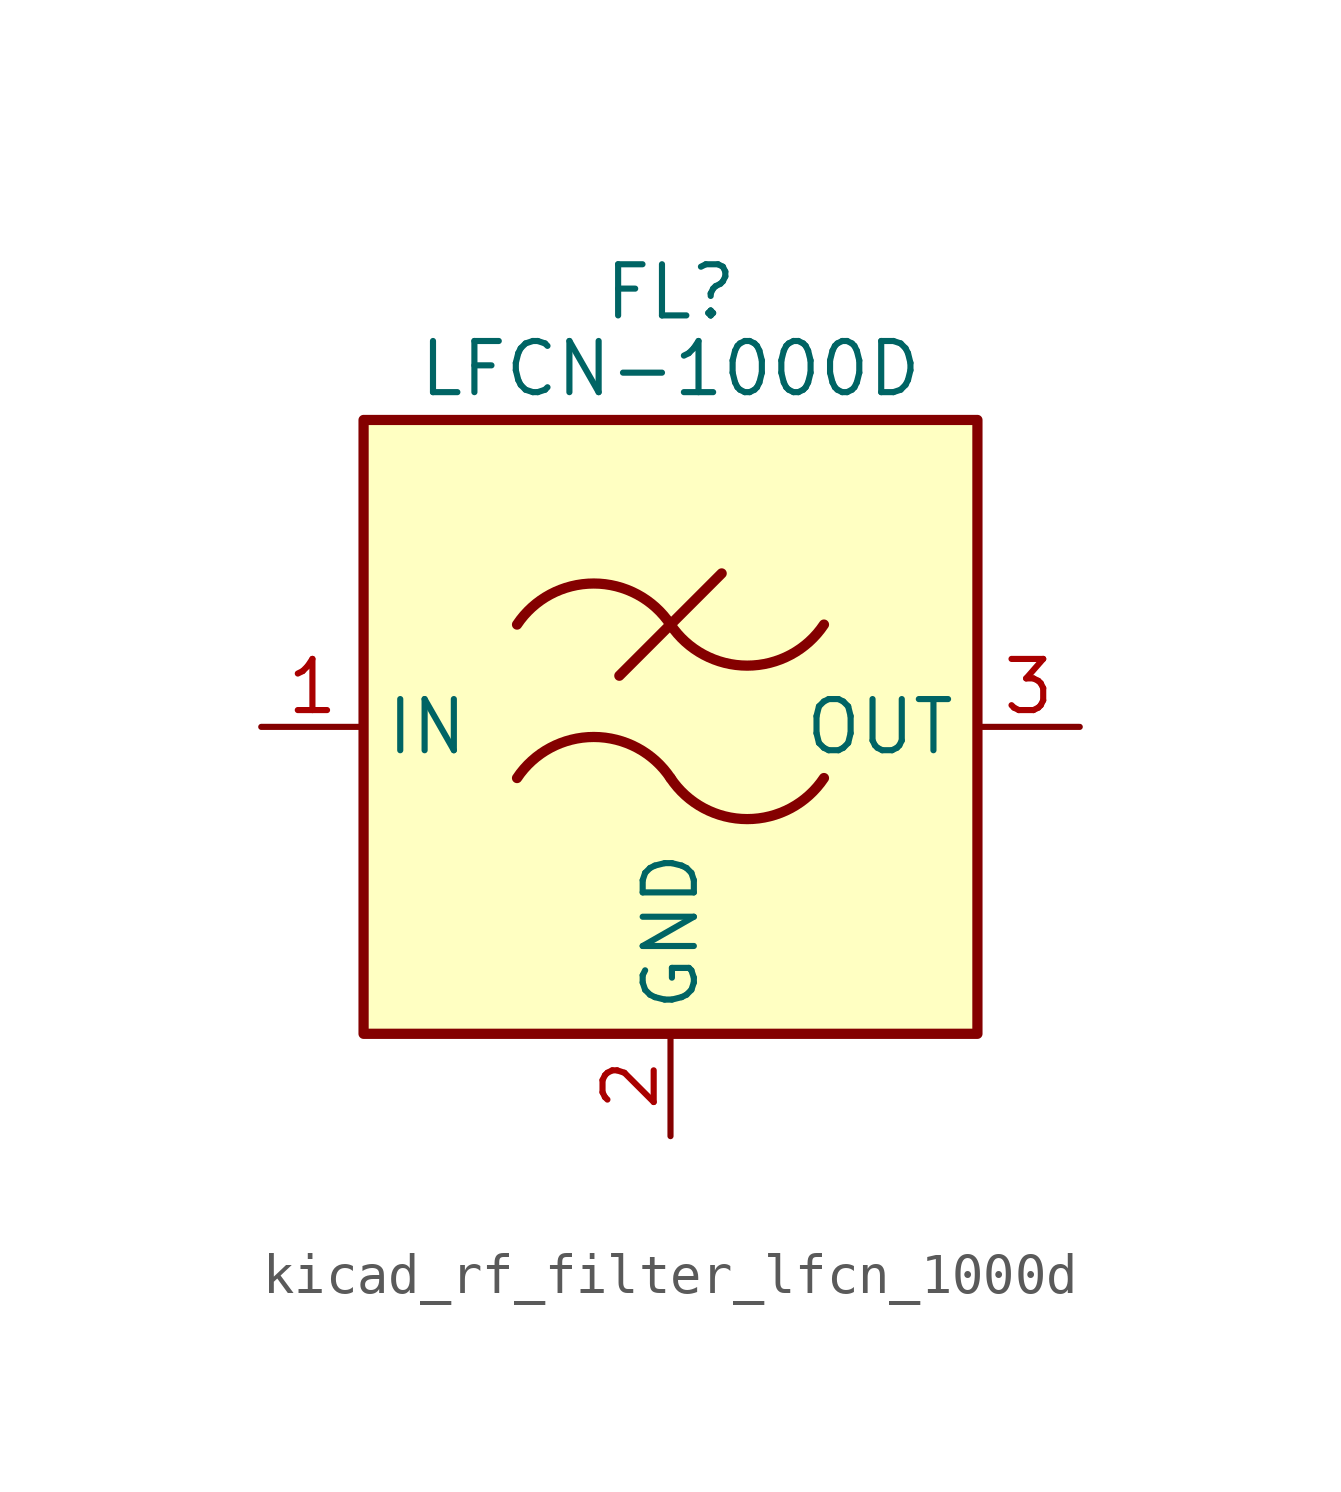
<source format=kicad_sym>
(kicad_symbol_lib
  (version 20220914)
  (generator kicad_symbol_editor)
  (symbol "kicad_rf_filter_lfcn_1000d"
    (property "Reference" "FL"
      (at 0 10.795 0)
      (effects (font (size 1.27 1.27))))
    (property "Value" "LFCN-1000D"
      (at 0 8.89 0)
      (effects (font (size 1.27 1.27))))
    (symbol "kicad_rf_filter_lfcn_1000d_0_1"
      (rectangle (start -7.62 7.62) (end 7.62 -7.62) (stroke (width 0.254) (type default)) (fill (type background)))
      (arc (start 0 -1.27) (mid -1.905 -0.2505) (end -3.81 -1.27) (stroke (width 0.254) (type default)) (fill (type none)))
      (arc (start 0 -1.27) (mid 1.905 -2.2895) (end 3.81 -1.27) (stroke (width 0.254) (type default)) (fill (type none)))
      (polyline (pts (xy -1.27 1.27) (xy 1.27 3.81)) (stroke (width 0.254) (type default)) (fill (type none)))
      (arc (start 0 2.54) (mid -1.905 3.5595) (end -3.81 2.54) (stroke (width 0.254) (type default)) (fill (type none)))
      (arc (start 0 2.54) (mid 1.905 1.5205) (end 3.81 2.54) (stroke (width 0.254) (type default)) (fill (type none))))
    (symbol "kicad_rf_filter_lfcn_1000d_1_1"
      (pin passive line (at -10.16 0 0) (length 2.54) (name "IN" (effects (font (size 1.27 1.27)))) (number "1" (effects (font (size 1.27 1.27)))))
      (pin passive line (at 0 -10.16 90) (length 2.54) (name "GND" (effects (font (size 1.27 1.27)))) (number "2" (effects (font (size 1.27 1.27)))))
      (pin passive line (at 10.16 0 180) (length 2.54) (name "OUT" (effects (font (size 1.27 1.27)))) (number "3" (effects (font (size 1.27 1.27)))))
      (pin passive line (at 0 -10.16 90) (length 2.54) hide (name "GND" (effects (font (size 1.27 1.27)))) (number "4" (effects (font (size 1.27 1.27))))))))
</source>
